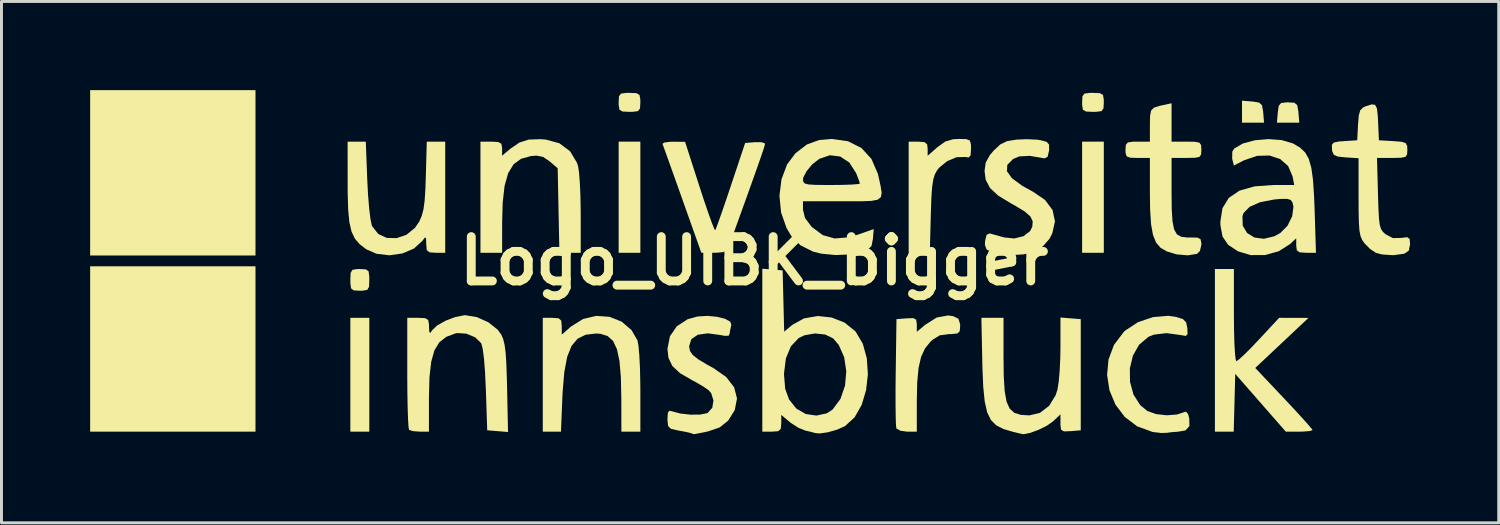
<source format=kicad_pcb>
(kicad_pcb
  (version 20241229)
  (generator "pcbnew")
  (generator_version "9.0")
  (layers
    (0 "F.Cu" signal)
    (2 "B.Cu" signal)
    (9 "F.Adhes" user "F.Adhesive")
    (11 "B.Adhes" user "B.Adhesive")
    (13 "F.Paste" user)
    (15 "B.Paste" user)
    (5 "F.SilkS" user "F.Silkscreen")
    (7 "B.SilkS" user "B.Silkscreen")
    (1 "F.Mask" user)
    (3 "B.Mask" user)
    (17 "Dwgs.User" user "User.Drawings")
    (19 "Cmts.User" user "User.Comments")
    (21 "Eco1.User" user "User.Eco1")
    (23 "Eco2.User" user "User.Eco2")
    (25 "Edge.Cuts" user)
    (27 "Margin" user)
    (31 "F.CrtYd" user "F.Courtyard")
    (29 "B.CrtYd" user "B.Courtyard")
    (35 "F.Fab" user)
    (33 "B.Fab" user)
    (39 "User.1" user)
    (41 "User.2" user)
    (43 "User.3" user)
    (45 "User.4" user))
  (footprint "Logo_UIBK_bigger"
    (layer "F.Cu")
    (at 22.466 5.777)
    (property "Reference" "Logo_UIBK_bigger" (at 0 0 0) (layer "F.SilkS") (effects (font (size 1.5 1.5) (thickness 0.3))))
    (attr board_only exclude_from_pos_files exclude_from_bom)
    (fp_poly (pts (xy -16.872 -2.98) (xy -16.872 -0.183) (xy -19.669 -0.183) (xy -22.466 -0.183) (xy -22.466 -2.98) (xy -22.466 -5.777) (xy -19.669 -5.777) (xy -16.872 -5.777)) (stroke (width 0) (type solid)) (fill yes) (layer "F.SilkS"))
    (fp_poly (pts (xy -16.872 2.98) (xy -16.872 5.777) (xy -19.669 5.777) (xy -22.466 5.777) (xy -22.466 2.98) (xy -22.466 0.183) (xy -19.669 0.183) (xy -16.872 0.183)) (stroke (width 0) (type solid)) (fill yes) (layer "F.SilkS"))
    (fp_poly (pts (xy -13.021 3.851) (xy -13.021 5.777) (xy -13.342 5.777) (xy -13.663 5.777) (xy -13.663 3.851) (xy -13.663 1.926) (xy -13.342 1.926) (xy -13.021 1.926)) (stroke (width 0) (type solid)) (fill yes) (layer "F.SilkS"))
    (fp_poly (pts (xy -3.851 -2.155) (xy -3.851 -0.275) (xy -4.218 -0.275) (xy -4.585 -0.275) (xy -4.585 -2.155) (xy -4.585 -4.035) (xy -4.218 -4.035) (xy -3.851 -4.035)) (stroke (width 0) (type solid)) (fill yes) (layer "F.SilkS"))
    (fp_poly (pts (xy 11.829 -2.155) (xy 11.829 -0.275) (xy 11.462 -0.275) (xy 11.095 -0.275) (xy 11.095 -2.155) (xy 11.095 -4.035) (xy 11.462 -4.035) (xy 11.829 -4.035)) (stroke (width 0) (type solid)) (fill yes) (layer "F.SilkS"))
    (fp_poly (pts (xy 16.849 -5.393) (xy 17.076 -5.359) (xy 17.179 -5.271) (xy 17.218 -5.067) (xy 17.222 -5.02) (xy 17.25 -4.677) (xy 16.878 -4.677) (xy 16.505 -4.677) (xy 16.505 -5.049) (xy 16.505 -5.421)) (stroke (width 0) (type solid)) (fill yes) (layer "F.SilkS"))
    (fp_poly (pts (xy 18.276 -5.35) (xy 18.372 -5.271) (xy 18.409 -5.073) (xy 18.414 -5.02) (xy 18.442 -4.677) (xy 18.064 -4.677) (xy 17.686 -4.677) (xy 17.715 -5.02) (xy 17.747 -5.246) (xy 17.828 -5.342) (xy 18.015 -5.364) (xy 18.064 -5.364)) (stroke (width 0) (type solid)) (fill yes) (layer "F.SilkS"))
    (fp_poly (pts (xy -13.136 0.286) (xy -13.045 0.355) (xy -13.022 0.534) (xy -13.021 0.642) (xy -13.031 0.877) (xy -13.091 0.981) (xy -13.247 1.008) (xy -13.342 1.009) (xy -13.547 0.998) (xy -13.639 0.929) (xy -13.662 0.75) (xy -13.663 0.642) (xy -13.653 0.407) (xy -13.593 0.303) (xy -13.437 0.276) (xy -13.342 0.275)) (stroke (width 0) (type solid)) (fill yes) (layer "F.SilkS"))
    (fp_poly (pts (xy -3.983 -5.675) (xy -3.879 -5.615) (xy -3.852 -5.459) (xy -3.851 -5.364) (xy -3.862 -5.159) (xy -3.931 -5.067) (xy -4.11 -5.044) (xy -4.218 -5.043) (xy -4.453 -5.053) (xy -4.557 -5.113) (xy -4.584 -5.27) (xy -4.585 -5.364) (xy -4.574 -5.57) (xy -4.505 -5.661) (xy -4.326 -5.684) (xy -4.218 -5.685)) (stroke (width 0) (type solid)) (fill yes) (layer "F.SilkS"))
    (fp_poly (pts (xy 11.697 -5.675) (xy 11.801 -5.615) (xy 11.828 -5.459) (xy 11.829 -5.364) (xy 11.818 -5.159) (xy 11.749 -5.067) (xy 11.57 -5.044) (xy 11.462 -5.043) (xy 11.227 -5.053) (xy 11.123 -5.113) (xy 11.096 -5.27) (xy 11.095 -5.364) (xy 11.106 -5.57) (xy 11.175 -5.661) (xy 11.354 -5.684) (xy 11.462 -5.685)) (stroke (width 0) (type solid)) (fill yes) (layer "F.SilkS"))
    (fp_poly (pts (xy 7.179 -4.12) (xy 7.298 -4.072) (xy 7.333 -3.944) (xy 7.336 -3.795) (xy 7.323 -3.578) (xy 7.264 -3.501) (xy 7.138 -3.515) (xy 6.848 -3.508) (xy 6.532 -3.377) (xy 6.258 -3.154) (xy 6.186 -3.061) (xy 6.111 -2.925) (xy 6.058 -2.751) (xy 6.021 -2.504) (xy 5.996 -2.149) (xy 5.978 -1.653) (xy 5.975 -1.536) (xy 5.943 -0.275) (xy 5.585 -0.275) (xy 5.227 -0.275) (xy 5.227 -2.155) (xy 5.227 -4.035) (xy 5.548 -4.035) (xy 5.764 -4.018) (xy 5.853 -3.941) (xy 5.869 -3.796) (xy 5.869 -3.557) (xy 6.193 -3.842) (xy 6.46 -4.036) (xy 6.729 -4.116) (xy 6.926 -4.126)) (stroke (width 0) (type solid)) (fill yes) (layer "F.SilkS"))
    (fp_poly (pts (xy 16.23 1.834) (xy 16.235 2.362) (xy 16.248 2.809) (xy 16.268 3.146) (xy 16.293 3.348) (xy 16.314 3.393) (xy 16.407 3.329) (xy 16.594 3.158) (xy 16.846 2.905) (xy 17.079 2.659) (xy 17.761 1.926) (xy 18.256 1.927) (xy 18.752 1.929) (xy 17.852 2.776) (xy 16.953 3.622) (xy 17.921 4.646) (xy 18.255 5.002) (xy 18.54 5.312) (xy 18.752 5.55) (xy 18.872 5.694) (xy 18.89 5.723) (xy 18.807 5.754) (xy 18.597 5.773) (xy 18.438 5.777) (xy 17.986 5.777) (xy 17.131 4.8) (xy 16.276 3.823) (xy 16.25 4.8) (xy 16.224 5.777) (xy 15.906 5.777) (xy 15.588 5.777) (xy 15.588 3.026) (xy 15.588 0.275) (xy 15.909 0.275) (xy 16.23 0.275)) (stroke (width 0) (type solid)) (fill yes) (layer "F.SilkS"))
    (fp_poly (pts (xy 6.74 1.872) (xy 6.91 1.958) (xy 6.967 2.139) (xy 6.969 2.202) (xy 6.955 2.377) (xy 6.877 2.455) (xy 6.685 2.475) (xy 6.595 2.476) (xy 6.278 2.518) (xy 6.027 2.674) (xy 5.962 2.735) (xy 5.777 2.965) (xy 5.646 3.25) (xy 5.562 3.62) (xy 5.516 4.107) (xy 5.502 4.745) (xy 5.502 4.745) (xy 5.502 5.777) (xy 5.178 5.777) (xy 4.95 5.747) (xy 4.816 5.673) (xy 4.809 5.66) (xy 4.796 5.535) (xy 4.788 5.257) (xy 4.783 4.857) (xy 4.783 4.364) (xy 4.788 3.809) (xy 4.789 3.757) (xy 4.814 1.971) (xy 5.158 1.943) (xy 5.383 1.936) (xy 5.48 1.989) (xy 5.502 2.135) (xy 5.502 2.157) (xy 5.502 2.4) (xy 5.784 2.163) (xy 6.176 1.915) (xy 6.559 1.845)) (stroke (width 0) (type solid)) (fill yes) (layer "F.SilkS"))
    (fp_poly (pts (xy -7.051 -4.105) (xy -6.589 -3.979) (xy -6.229 -3.71) (xy -5.994 -3.318) (xy -5.96 -3.215) (xy -5.927 -3.004) (xy -5.899 -2.654) (xy -5.879 -2.21) (xy -5.87 -1.715) (xy -5.869 -1.582) (xy -5.869 -0.275) (xy -6.229 -0.275) (xy -6.589 -0.275) (xy -6.619 -1.705) (xy -6.648 -3.134) (xy -6.917 -3.365) (xy -7.139 -3.518) (xy -7.366 -3.562) (xy -7.558 -3.546) (xy -7.888 -3.454) (xy -8.14 -3.268) (xy -8.323 -2.97) (xy -8.444 -2.543) (xy -8.509 -1.97) (xy -8.527 -1.307) (xy -8.528 -0.275) (xy -8.895 -0.275) (xy -9.261 -0.275) (xy -9.261 -2.155) (xy -9.261 -4.035) (xy -8.895 -4.035) (xy -8.659 -4.022) (xy -8.554 -3.964) (xy -8.528 -3.825) (xy -8.528 -3.797) (xy -8.528 -3.56) (xy -8.246 -3.797) (xy -7.944 -4.004) (xy -7.626 -4.105) (xy -7.226 -4.118)) (stroke (width 0) (type solid)) (fill yes) (layer "F.SilkS"))
    (fp_poly (pts (xy -2.338 -4.029) (xy -1.849 -2.511) (xy -1.689 -2.022) (xy -1.545 -1.602) (xy -1.429 -1.28) (xy -1.35 -1.083) (xy -1.319 -1.034) (xy -1.278 -1.131) (xy -1.19 -1.372) (xy -1.065 -1.728) (xy -0.914 -2.169) (xy -0.792 -2.532) (xy -0.306 -3.989) (xy 0.03 -4.017) (xy 0.248 -4.016) (xy 0.362 -3.976) (xy 0.367 -3.962) (xy 0.353 -3.901) (xy 0.31 -3.761) (xy 0.231 -3.528) (xy 0.113 -3.19) (xy -0.049 -2.733) (xy -0.26 -2.144) (xy -0.525 -1.409) (xy -0.844 -0.527) (xy -0.921 -0.372) (xy -1.042 -0.298) (xy -1.269 -0.277) (xy -1.361 -0.276) (xy -1.788 -0.277) (xy -2.43 -2.082) (xy -2.623 -2.625) (xy -2.796 -3.11) (xy -2.939 -3.51) (xy -3.043 -3.798) (xy -3.097 -3.947) (xy -3.102 -3.961) (xy -3.04 -4.005) (xy -2.848 -4.03) (xy -2.736 -4.032)) (stroke (width 0) (type solid)) (fill yes) (layer "F.SilkS"))
    (fp_poly (pts (xy -4.894 1.892) (xy -4.484 2.055) (xy -4.15 2.341) (xy -3.949 2.688) (xy -3.915 2.869) (xy -3.886 3.194) (xy -3.864 3.624) (xy -3.853 4.12) (xy -3.851 4.362) (xy -3.851 5.777) (xy -4.172 5.777) (xy -4.493 5.777) (xy -4.495 4.654) (xy -4.51 3.94) (xy -4.557 3.39) (xy -4.643 2.986) (xy -4.774 2.709) (xy -4.959 2.542) (xy -5.203 2.466) (xy -5.355 2.457) (xy -5.703 2.498) (xy -5.975 2.633) (xy -6.18 2.877) (xy -6.327 3.247) (xy -6.424 3.762) (xy -6.481 4.437) (xy -6.489 4.608) (xy -6.537 5.777) (xy -6.845 5.777) (xy -7.152 5.777) (xy -7.152 3.851) (xy -7.152 1.926) (xy -6.831 1.926) (xy -6.616 1.941) (xy -6.528 2.019) (xy -6.51 2.21) (xy -6.51 2.21) (xy -6.51 2.495) (xy -6.197 2.22) (xy -5.789 1.966) (xy -5.342 1.86)) (stroke (width 0) (type solid)) (fill yes) (layer "F.SilkS"))
    (fp_poly (pts (xy 14.27 1.894) (xy 14.505 1.968) (xy 14.615 2.079) (xy 14.655 2.276) (xy 14.663 2.476) (xy 14.602 2.539) (xy 14.43 2.509) (xy 14.425 2.508) (xy 13.953 2.444) (xy 13.529 2.494) (xy 13.344 2.566) (xy 13.025 2.833) (xy 12.813 3.205) (xy 12.71 3.64) (xy 12.716 4.093) (xy 12.832 4.521) (xy 13.06 4.88) (xy 13.3 5.077) (xy 13.593 5.182) (xy 13.957 5.223) (xy 14.303 5.197) (xy 14.487 5.136) (xy 14.611 5.099) (xy 14.682 5.187) (xy 14.72 5.33) (xy 14.725 5.591) (xy 14.591 5.735) (xy 14.351 5.777) (xy 14.096 5.798) (xy 13.984 5.815) (xy 13.77 5.822) (xy 13.496 5.79) (xy 13.472 5.785) (xy 12.957 5.597) (xy 12.538 5.279) (xy 12.223 4.863) (xy 12.021 4.379) (xy 11.94 3.86) (xy 11.988 3.337) (xy 12.173 2.841) (xy 12.505 2.403) (xy 12.559 2.353) (xy 12.987 2.072) (xy 13.495 1.901) (xy 14.014 1.858)) (stroke (width 0) (type solid)) (fill yes) (layer "F.SilkS"))
    (fp_poly (pts (xy -13.09 -2.728) (xy -13.063 -2.223) (xy -13.026 -1.775) (xy -12.983 -1.421) (xy -12.937 -1.202) (xy -12.927 -1.175) (xy -12.719 -0.911) (xy -12.429 -0.778) (xy -12.097 -0.77) (xy -11.766 -0.884) (xy -11.477 -1.117) (xy -11.332 -1.33) (xy -11.248 -1.522) (xy -11.189 -1.746) (xy -11.149 -2.041) (xy -11.123 -2.448) (xy -11.109 -2.866) (xy -11.077 -4.035) (xy -10.765 -4.035) (xy -10.453 -4.035) (xy -10.453 -2.155) (xy -10.453 -0.275) (xy -10.774 -0.275) (xy -10.99 -0.29) (xy -11.078 -0.369) (xy -11.095 -0.563) (xy -11.095 -0.571) (xy -11.101 -0.764) (xy -11.136 -0.795) (xy -11.225 -0.681) (xy -11.23 -0.674) (xy -11.514 -0.416) (xy -11.904 -0.251) (xy -12.343 -0.19) (xy -12.777 -0.241) (xy -13.122 -0.392) (xy -13.344 -0.561) (xy -13.508 -0.751) (xy -13.622 -0.99) (xy -13.696 -1.308) (xy -13.737 -1.736) (xy -13.753 -2.303) (xy -13.754 -2.636) (xy -13.755 -4.035) (xy -13.447 -4.035) (xy -13.14 -4.035)) (stroke (width 0) (type solid)) (fill yes) (layer "F.SilkS"))
    (fp_poly (pts (xy 10.706 1.943) (xy 11.049 1.971) (xy 11.049 3.851) (xy 11.049 5.731) (xy 10.706 5.76) (xy 10.481 5.768) (xy 10.384 5.713) (xy 10.362 5.552) (xy 10.362 5.49) (xy 10.362 5.192) (xy 10.11 5.43) (xy 9.903 5.575) (xy 9.621 5.715) (xy 9.336 5.82) (xy 9.116 5.862) (xy 9.078 5.859) (xy 8.965 5.833) (xy 8.758 5.784) (xy 8.757 5.783) (xy 8.435 5.689) (xy 8.19 5.563) (xy 8.009 5.382) (xy 7.882 5.122) (xy 7.8 4.759) (xy 7.75 4.267) (xy 7.723 3.624) (xy 7.718 3.416) (xy 7.687 1.926) (xy 8.061 1.926) (xy 8.436 1.926) (xy 8.436 3.26) (xy 8.444 3.914) (xy 8.475 4.407) (xy 8.538 4.761) (xy 8.644 4.998) (xy 8.802 5.14) (xy 9.021 5.209) (xy 9.308 5.227) (xy 9.67 5.141) (xy 9.979 4.903) (xy 10.2 4.543) (xy 10.259 4.362) (xy 10.302 4.098) (xy 10.336 3.71) (xy 10.357 3.257) (xy 10.362 2.934) (xy 10.362 1.915)) (stroke (width 0) (type solid)) (fill yes) (layer "F.SilkS"))
    (fp_poly (pts (xy -9.376 1.904) (xy -8.991 2.079) (xy -8.68 2.325) (xy -8.558 2.492) (xy -8.492 2.642) (xy -8.444 2.838) (xy -8.409 3.111) (xy -8.384 3.492) (xy -8.367 4.011) (xy -8.36 4.293) (xy -8.328 5.789) (xy -8.68 5.76) (xy -9.032 5.731) (xy -9.078 4.356) (xy -9.105 3.777) (xy -9.141 3.306) (xy -9.186 2.967) (xy -9.235 2.786) (xy -9.237 2.783) (xy -9.44 2.586) (xy -9.739 2.461) (xy -10.05 2.441) (xy -10.103 2.452) (xy -10.417 2.569) (xy -10.653 2.754) (xy -10.82 3.029) (xy -10.928 3.418) (xy -10.986 3.942) (xy -11.004 4.625) (xy -11.004 4.633) (xy -11.004 5.777) (xy -11.309 5.777) (xy -11.536 5.76) (xy -11.672 5.719) (xy -11.676 5.716) (xy -11.695 5.609) (xy -11.711 5.348) (xy -11.724 4.96) (xy -11.733 4.475) (xy -11.737 3.919) (xy -11.737 3.79) (xy -11.737 1.926) (xy -11.37 1.926) (xy -11.135 1.936) (xy -11.03 1.996) (xy -11.002 2.148) (xy -11.001 2.224) (xy -10.991 2.411) (xy -10.956 2.435) (xy -10.9 2.352) (xy -10.729 2.187) (xy -10.445 2.026) (xy -10.117 1.9) (xy -9.811 1.839) (xy -9.766 1.838)) (stroke (width 0) (type solid)) (fill yes) (layer "F.SilkS"))
    (fp_poly (pts (xy 14.121 -4.684) (xy 14.121 -4.035) (xy 14.626 -4.035) (xy 14.914 -4.03) (xy 15.064 -4) (xy 15.121 -3.919) (xy 15.13 -3.764) (xy 15.13 -3.76) (xy 15.121 -3.602) (xy 15.066 -3.52) (xy 14.918 -3.489) (xy 14.633 -3.484) (xy 14.626 -3.484) (xy 14.121 -3.484) (xy 14.121 -2.31) (xy 14.127 -1.745) (xy 14.153 -1.338) (xy 14.208 -1.064) (xy 14.303 -0.898) (xy 14.448 -0.816) (xy 14.655 -0.791) (xy 14.755 -0.792) (xy 14.994 -0.788) (xy 15.101 -0.736) (xy 15.129 -0.603) (xy 15.13 -0.548) (xy 15.081 -0.335) (xy 14.985 -0.239) (xy 14.671 -0.188) (xy 14.288 -0.222) (xy 13.957 -0.322) (xy 13.749 -0.444) (xy 13.597 -0.621) (xy 13.492 -0.88) (xy 13.427 -1.247) (xy 13.395 -1.748) (xy 13.388 -2.289) (xy 13.388 -3.484) (xy 12.975 -3.484) (xy 12.721 -3.492) (xy 12.601 -3.538) (xy 12.565 -3.656) (xy 12.562 -3.76) (xy 12.574 -3.929) (xy 12.643 -4.009) (xy 12.819 -4.033) (xy 12.975 -4.035) (xy 13.388 -4.035) (xy 13.388 -4.579) (xy 13.393 -4.901) (xy 13.429 -5.087) (xy 13.526 -5.186) (xy 13.715 -5.245) (xy 13.823 -5.269) (xy 14.121 -5.333)) (stroke (width 0) (type solid)) (fill yes) (layer "F.SilkS"))
    (fp_poly (pts (xy 9.562 -4.102) (xy 9.674 -4.087) (xy 9.892 -4.03) (xy 9.977 -3.937) (xy 9.979 -3.747) (xy 9.977 -3.731) (xy 9.926 -3.52) (xy 9.821 -3.469) (xy 9.812 -3.471) (xy 9.326 -3.554) (xy 8.968 -3.535) (xy 8.759 -3.448) (xy 8.565 -3.252) (xy 8.551 -3.035) (xy 8.72 -2.798) (xy 9.069 -2.54) (xy 9.42 -2.348) (xy 9.839 -2.064) (xy 10.094 -1.723) (xy 10.177 -1.34) (xy 10.085 -0.929) (xy 9.993 -0.751) (xy 9.781 -0.508) (xy 9.515 -0.326) (xy 9.492 -0.315) (xy 9.114 -0.221) (xy 8.66 -0.195) (xy 8.225 -0.241) (xy 8.041 -0.292) (xy 7.861 -0.389) (xy 7.806 -0.544) (xy 7.812 -0.674) (xy 7.863 -0.881) (xy 7.966 -0.929) (xy 7.978 -0.927) (xy 8.155 -0.878) (xy 8.409 -0.807) (xy 8.448 -0.796) (xy 8.799 -0.759) (xy 9.113 -0.837) (xy 9.337 -1.01) (xy 9.41 -1.159) (xy 9.423 -1.342) (xy 9.344 -1.505) (xy 9.149 -1.675) (xy 8.814 -1.877) (xy 8.693 -1.943) (xy 8.257 -2.208) (xy 7.978 -2.467) (xy 7.832 -2.748) (xy 7.794 -3.04) (xy 7.833 -3.325) (xy 7.974 -3.58) (xy 8.098 -3.727) (xy 8.326 -3.941) (xy 8.557 -4.052) (xy 8.872 -4.103) (xy 9.224 -4.118)) (stroke (width 0) (type solid)) (fill yes) (layer "F.SilkS"))
    (fp_poly (pts (xy -1.256 1.891) (xy -0.983 1.96) (xy -0.808 2.057) (xy -0.772 2.168) (xy -0.821 2.38) (xy -0.825 2.445) (xy -0.863 2.532) (xy -1.007 2.535) (xy -1.123 2.511) (xy -1.568 2.45) (xy -1.908 2.498) (xy -2.125 2.647) (xy -2.201 2.888) (xy -2.175 3.043) (xy -2.078 3.184) (xy -1.881 3.338) (xy -1.556 3.53) (xy -1.386 3.622) (xy -0.949 3.926) (xy -0.679 4.275) (xy -0.581 4.653) (xy -0.657 5.047) (xy -0.881 5.405) (xy -1.166 5.633) (xy -1.566 5.77) (xy -1.83 5.824) (xy -2.005 5.857) (xy -2.045 5.861) (xy -2.133 5.83) (xy -2.155 5.823) (xy -2.3 5.788) (xy -2.54 5.743) (xy -2.59 5.734) (xy -2.816 5.682) (xy -2.912 5.587) (xy -2.934 5.39) (xy -2.934 5.35) (xy -2.921 5.138) (xy -2.863 5.069) (xy -2.774 5.09) (xy -2.496 5.165) (xy -2.155 5.202) (xy -1.828 5.199) (xy -1.592 5.152) (xy -1.572 5.142) (xy -1.418 4.969) (xy -1.378 4.723) (xy -1.453 4.479) (xy -1.536 4.38) (xy -1.714 4.255) (xy -1.977 4.101) (xy -2.098 4.037) (xy -2.511 3.797) (xy -2.77 3.554) (xy -2.902 3.275) (xy -2.934 2.975) (xy -2.851 2.552) (xy -2.616 2.21) (xy -2.251 1.973) (xy -1.914 1.88) (xy -1.58 1.86)) (stroke (width 0) (type solid)) (fill yes) (layer "F.SilkS"))
    (fp_poly (pts (xy 0.619 0.292) (xy 0.963 0.321) (xy 0.989 1.358) (xy 1.015 2.395) (xy 1.287 2.166) (xy 1.68 1.947) (xy 2.14 1.865) (xy 2.617 1.914) (xy 3.061 2.088) (xy 3.424 2.383) (xy 3.434 2.395) (xy 3.675 2.803) (xy 3.811 3.297) (xy 3.847 3.835) (xy 3.786 4.375) (xy 3.635 4.875) (xy 3.397 5.293) (xy 3.077 5.586) (xy 3.075 5.587) (xy 2.806 5.709) (xy 2.49 5.799) (xy 2.206 5.838) (xy 2.063 5.823) (xy 1.91 5.782) (xy 1.726 5.739) (xy 1.493 5.644) (xy 1.237 5.479) (xy 1.199 5.448) (xy 0.917 5.21) (xy 0.917 5.494) (xy 0.9 5.684) (xy 0.811 5.762) (xy 0.596 5.777) (xy 0.275 5.777) (xy 0.275 3.842) (xy 1.009 3.842) (xy 1.048 4.322) (xy 1.178 4.686) (xy 1.418 4.986) (xy 1.434 5.001) (xy 1.744 5.181) (xy 2.108 5.233) (xy 2.456 5.157) (xy 2.652 5.03) (xy 2.919 4.669) (xy 3.074 4.22) (xy 3.116 3.734) (xy 3.045 3.258) (xy 2.861 2.843) (xy 2.674 2.624) (xy 2.406 2.491) (xy 2.057 2.455) (xy 1.705 2.515) (xy 1.508 2.608) (xy 1.244 2.886) (xy 1.073 3.297) (xy 1.009 3.809) (xy 1.009 3.842) (xy 0.275 3.842) (xy 0.275 3.02) (xy 0.275 0.264)) (stroke (width 0) (type solid)) (fill yes) (layer "F.SilkS"))
    (fp_poly (pts (xy 21.007 -5.281) (xy 21.07 -5.159) (xy 21.099 -4.898) (xy 21.109 -4.699) (xy 21.136 -4.081) (xy 21.618 -4.053) (xy 21.898 -4.031) (xy 22.04 -3.987) (xy 22.092 -3.893) (xy 22.099 -3.755) (xy 22.09 -3.601) (xy 22.035 -3.521) (xy 21.888 -3.49) (xy 21.604 -3.484) (xy 21.585 -3.484) (xy 21.072 -3.484) (xy 21.104 -2.284) (xy 21.119 -1.793) (xy 21.137 -1.451) (xy 21.164 -1.224) (xy 21.208 -1.079) (xy 21.273 -0.981) (xy 21.361 -0.902) (xy 21.608 -0.772) (xy 21.888 -0.777) (xy 22.093 -0.802) (xy 22.175 -0.746) (xy 22.191 -0.569) (xy 22.191 -0.565) (xy 22.148 -0.348) (xy 21.998 -0.245) (xy 21.984 -0.241) (xy 21.619 -0.193) (xy 21.24 -0.218) (xy 21.034 -0.273) (xy 20.842 -0.4) (xy 20.648 -0.596) (xy 20.644 -0.601) (xy 20.567 -0.714) (xy 20.513 -0.844) (xy 20.478 -1.025) (xy 20.459 -1.292) (xy 20.45 -1.676) (xy 20.448 -2.162) (xy 20.448 -3.474) (xy 20.013 -3.502) (xy 19.747 -3.53) (xy 19.613 -3.587) (xy 19.559 -3.705) (xy 19.549 -3.777) (xy 19.545 -3.926) (xy 19.607 -4.003) (xy 19.781 -4.039) (xy 19.961 -4.052) (xy 20.403 -4.081) (xy 20.43 -4.612) (xy 20.455 -4.919) (xy 20.504 -5.094) (xy 20.598 -5.189) (xy 20.688 -5.231) (xy 20.888 -5.295)) (stroke (width 0) (type solid)) (fill yes) (layer "F.SilkS"))
    (fp_poly (pts (xy 3.176 -4.048) (xy 3.629 -3.819) (xy 3.968 -3.449) (xy 4.185 -2.946) (xy 4.21 -2.841) (xy 4.279 -2.526) (xy 4.313 -2.303) (xy 4.287 -2.157) (xy 4.179 -2.071) (xy 3.965 -2.03) (xy 3.621 -2.017) (xy 3.122 -2.017) (xy 2.98 -2.017) (xy 1.651 -2.017) (xy 1.651 -1.733) (xy 1.719 -1.452) (xy 1.938 -1.162) (xy 1.955 -1.144) (xy 2.318 -0.873) (xy 2.722 -0.759) (xy 3.193 -0.798) (xy 3.512 -0.89) (xy 4.044 -1.077) (xy 4.017 -0.745) (xy 3.972 -0.51) (xy 3.851 -0.38) (xy 3.668 -0.303) (xy 3.249 -0.218) (xy 2.751 -0.198) (xy 2.268 -0.245) (xy 1.988 -0.316) (xy 1.567 -0.527) (xy 1.259 -0.837) (xy 1.096 -1.11) (xy 0.91 -1.639) (xy 0.855 -2.206) (xy 0.924 -2.76) (xy 1.651 -2.76) (xy 1.661 -2.674) (xy 1.713 -2.619) (xy 1.84 -2.587) (xy 2.075 -2.572) (xy 2.449 -2.568) (xy 2.613 -2.568) (xy 3.009 -2.572) (xy 3.325 -2.584) (xy 3.525 -2.601) (xy 3.576 -2.616) (xy 3.544 -2.725) (xy 3.465 -2.93) (xy 3.448 -2.971) (xy 3.219 -3.328) (xy 2.912 -3.531) (xy 2.562 -3.575) (xy 2.202 -3.452) (xy 1.962 -3.264) (xy 1.776 -3.04) (xy 1.665 -2.831) (xy 1.651 -2.76) (xy 0.924 -2.76) (xy 0.925 -2.763) (xy 1.113 -3.264) (xy 1.395 -3.641) (xy 1.781 -3.938) (xy 2.199 -4.09) (xy 2.622 -4.126)) (stroke (width 0) (type solid)) (fill yes) (layer "F.SilkS"))
    (fp_poly (pts (xy 17.847 -4.087) (xy 18.224 -3.976) (xy 18.245 -3.966) (xy 18.47 -3.831) (xy 18.641 -3.669) (xy 18.764 -3.45) (xy 18.85 -3.148) (xy 18.907 -2.736) (xy 18.943 -2.186) (xy 18.961 -1.736) (xy 19.007 -0.275) (xy 18.673 -0.275) (xy 18.451 -0.29) (xy 18.358 -0.361) (xy 18.339 -0.52) (xy 18.339 -0.766) (xy 18.133 -0.572) (xy 17.749 -0.327) (xy 17.281 -0.198) (xy 16.796 -0.196) (xy 16.368 -0.324) (xy 16.034 -0.546) (xy 15.846 -0.822) (xy 15.775 -1.201) (xy 15.772 -1.326) (xy 15.802 -1.519) (xy 16.52 -1.519) (xy 16.529 -1.192) (xy 16.676 -0.944) (xy 16.925 -0.791) (xy 17.243 -0.748) (xy 17.595 -0.832) (xy 17.799 -0.943) (xy 18.044 -1.189) (xy 18.201 -1.506) (xy 18.245 -1.828) (xy 18.213 -1.974) (xy 18.155 -2.061) (xy 18.036 -2.099) (xy 17.811 -2.097) (xy 17.581 -2.076) (xy 17.113 -1.985) (xy 16.764 -1.83) (xy 16.559 -1.623) (xy 16.52 -1.519) (xy 15.802 -1.519) (xy 15.843 -1.781) (xy 16.057 -2.131) (xy 16.419 -2.377) (xy 16.93 -2.522) (xy 17.568 -2.568) (xy 18.271 -2.568) (xy 18.213 -2.866) (xy 18.065 -3.21) (xy 17.794 -3.447) (xy 17.433 -3.565) (xy 17.016 -3.555) (xy 16.575 -3.405) (xy 16.57 -3.402) (xy 16.229 -3.228) (xy 16.172 -3.456) (xy 16.176 -3.697) (xy 16.241 -3.801) (xy 16.535 -3.973) (xy 16.941 -4.081) (xy 17.399 -4.121)) (stroke (width 0) (type solid)) (fill yes) (layer "F.SilkS")))
  (gr_rect
    (start -3 -3)
    (end 47.656 14.639)
    (stroke (width 0.1) (type default))
    (fill no)
    (layer "Edge.Cuts")))
</source>
